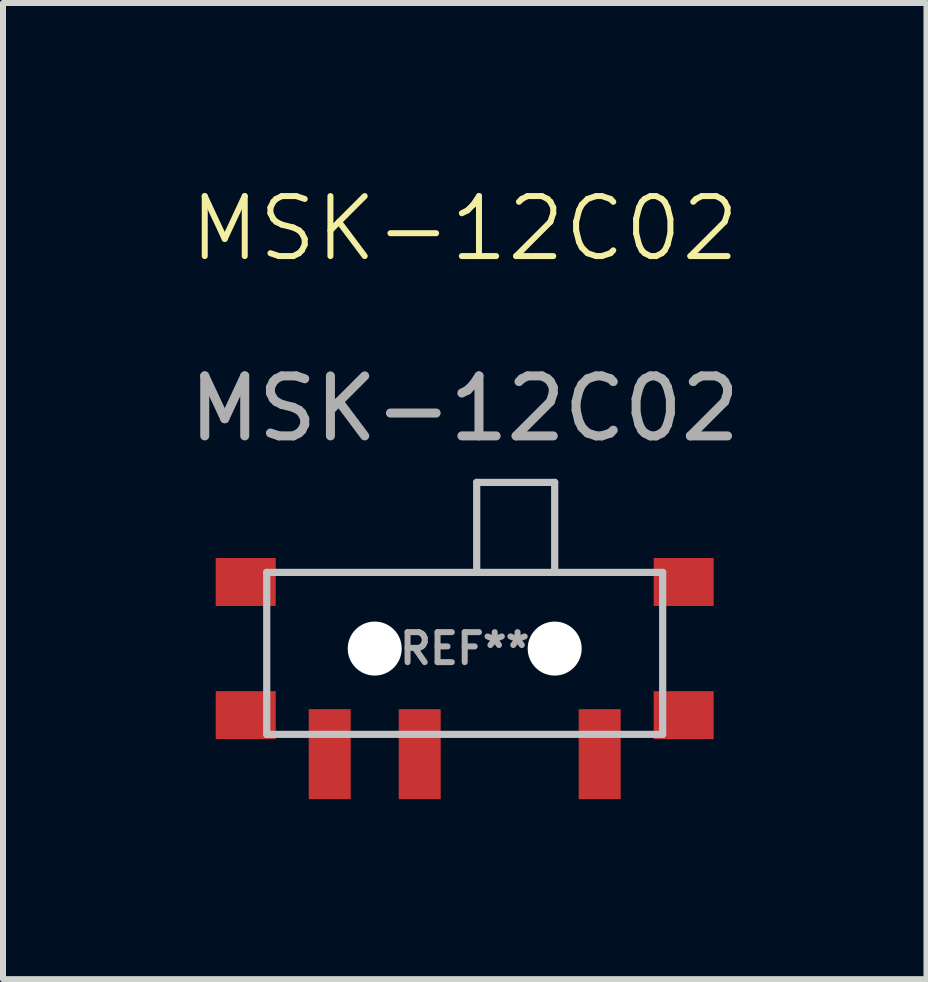
<source format=kicad_pcb>
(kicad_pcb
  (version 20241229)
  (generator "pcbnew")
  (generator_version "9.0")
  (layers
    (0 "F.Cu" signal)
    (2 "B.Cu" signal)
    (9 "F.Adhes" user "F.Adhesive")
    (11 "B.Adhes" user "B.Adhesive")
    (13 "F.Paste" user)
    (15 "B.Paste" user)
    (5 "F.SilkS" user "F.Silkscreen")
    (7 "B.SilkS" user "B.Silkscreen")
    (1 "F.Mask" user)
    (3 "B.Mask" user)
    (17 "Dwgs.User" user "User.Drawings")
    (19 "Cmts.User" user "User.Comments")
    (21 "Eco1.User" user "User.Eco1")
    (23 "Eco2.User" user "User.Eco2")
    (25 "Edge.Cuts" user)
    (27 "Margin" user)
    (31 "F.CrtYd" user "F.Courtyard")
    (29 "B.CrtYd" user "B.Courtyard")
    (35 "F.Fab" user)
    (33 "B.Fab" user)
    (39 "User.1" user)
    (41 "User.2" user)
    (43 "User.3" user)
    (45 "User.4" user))
  (footprint "MSK-12C02"
    (layer "F.Cu")
    (at 4.696 7.761)
    (property "Reference" "MSK-12C02" (at 0 -7 0) (unlocked yes) (layer "F.SilkS") (effects (font (size 1 1) (thickness 0.1))))
    (attr smd)
    (fp_line (start -3.3 -1.27) (end -3.3 1.43) (stroke (width 0.12) (type solid)) (layer "Dwgs.User"))
    (fp_line (start -3.3 -1.27) (end 3.3 -1.27) (stroke (width 0.12) (type solid)) (layer "Dwgs.User"))
    (fp_line (start -3.3 1.43) (end 3.3 1.43) (stroke (width 0.12) (type solid)) (layer "Dwgs.User"))
    (fp_line (start 0.2 -2.77) (end 0.2 -1.27) (stroke (width 0.12) (type solid)) (layer "Dwgs.User"))
    (fp_line (start 0.2 -2.77) (end 1.5 -2.77) (stroke (width 0.12) (type solid)) (layer "Dwgs.User"))
    (fp_line (start 1.5 -2.77) (end 1.5 -1.27) (stroke (width 0.12) (type solid)) (layer "Dwgs.User"))
    (fp_line (start 3.3 -1.27) (end 3.3 1.43) (stroke (width 0.12) (type solid)) (layer "Dwgs.User"))
    (fp_text user "REF**" (at 0 0 0) (layer "F.Fab") (effects (font (size 0.5 0.5) (thickness 0.1))))
    (fp_text user "${REFERENCE}" (at 0 -4 0) (unlocked yes) (layer "F.Fab") (effects (font (size 1 1) (thickness 0.15))))
    (pad "" smd rect (at -3.65 -1.11) (size 1 0.8) (layers "F.Cu" "F.Mask" "F.Paste"))
    (pad "" smd rect (at -3.65 1.11) (size 1 0.8) (layers "F.Cu" "F.Mask" "F.Paste"))
    (pad "" np_thru_hole circle (at -1.5 0) (size 0.9 0.9) (drill 0.9) (layers "*.Cu" "*.Mask"))
    (pad "" np_thru_hole circle (at 1.5 0) (size 0.9 0.9) (drill 0.9) (layers "*.Cu" "*.Mask"))
    (pad "" smd rect (at 3.65 -1.11) (size 1 0.8) (layers "F.Cu" "F.Mask" "F.Paste"))
    (pad "" smd rect (at 3.65 1.11) (size 1 0.8) (layers "F.Cu" "F.Mask" "F.Paste"))
    (pad "1" smd rect (at 2.25 1.76) (size 0.7 1.5) (layers "F.Cu" "F.Mask" "F.Paste"))
    (pad "2" smd rect (at -0.75 1.76) (size 0.7 1.5) (layers "F.Cu" "F.Mask" "F.Paste"))
    (pad "3" smd rect (at -2.25 1.76) (size 0.7 1.5) (layers "F.Cu" "F.Mask" "F.Paste")))
  (gr_rect
    (start -3 -3)
    (end 12.393 13.271)
    (stroke (width 0.1) (type default))
    (fill no)
    (layer "Edge.Cuts")))
</source>
